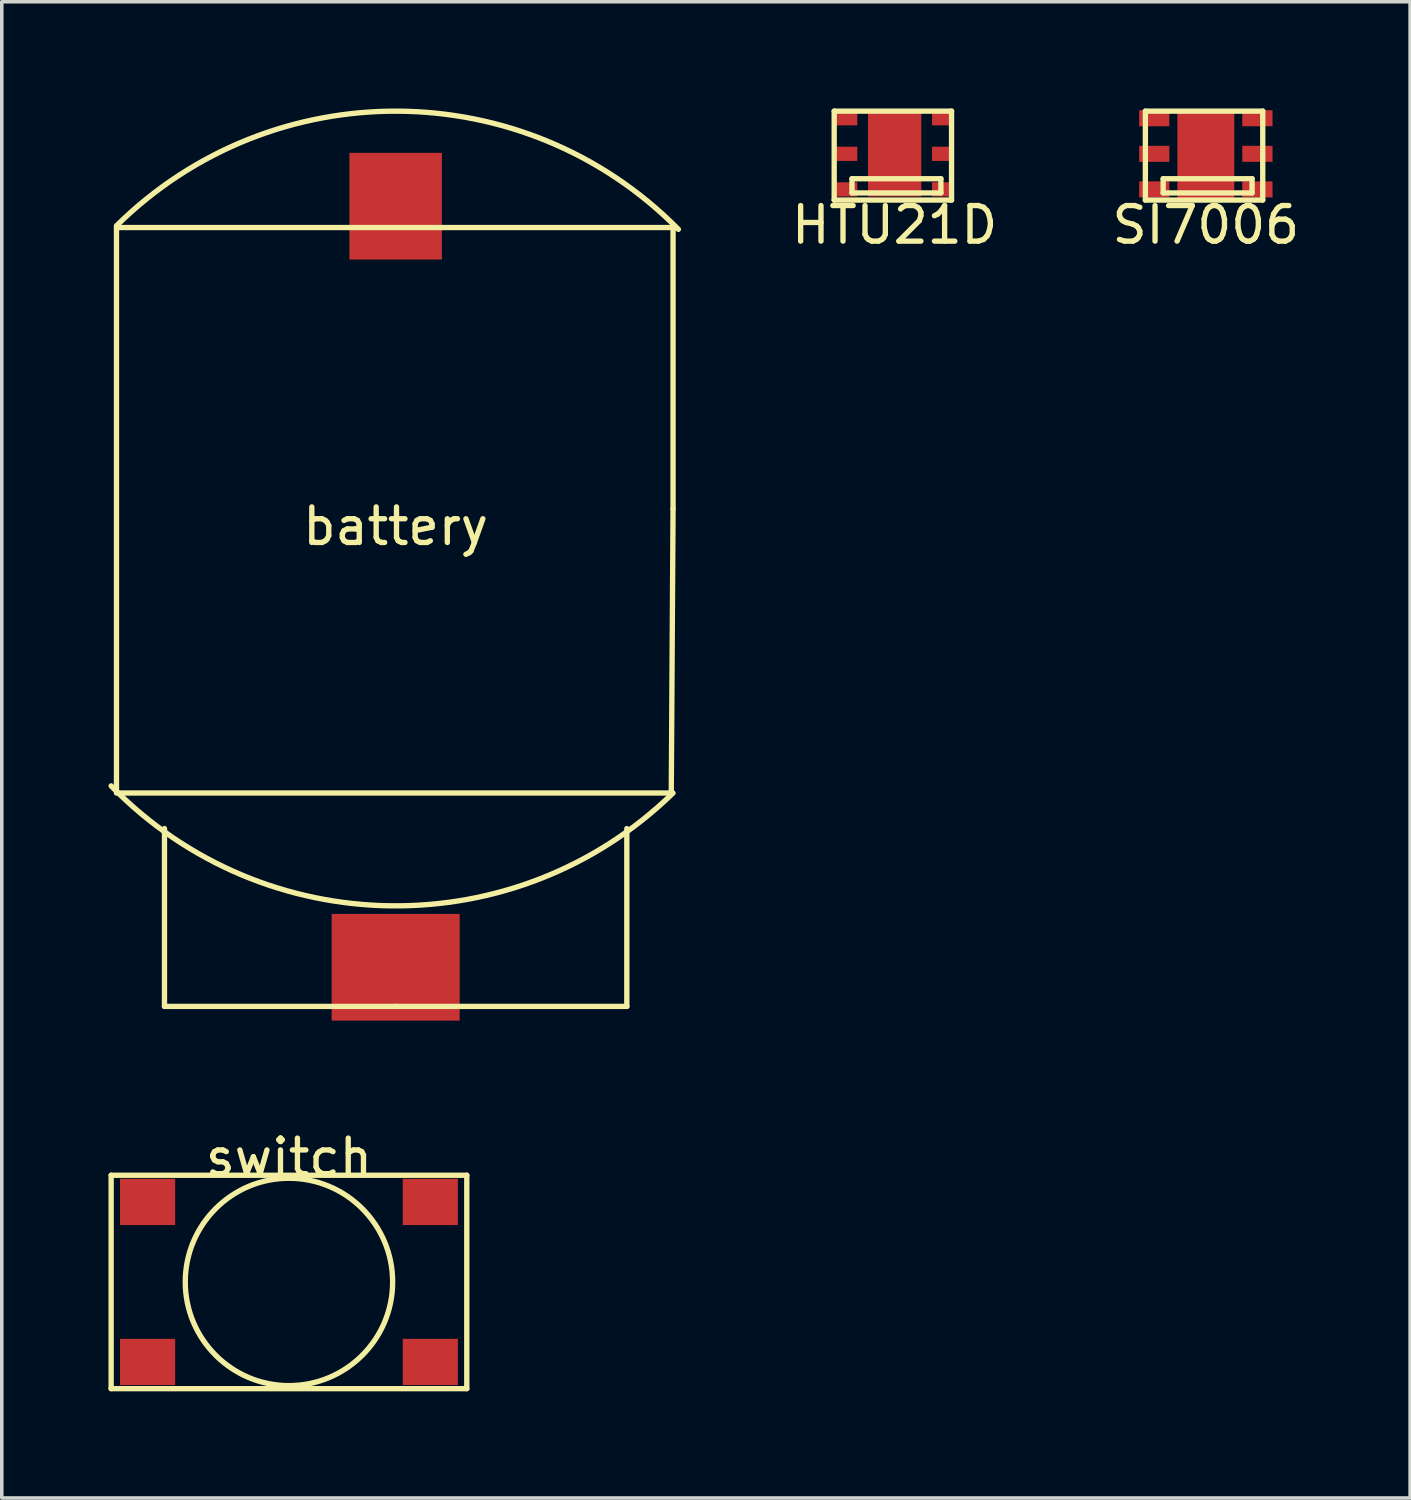
<source format=kicad_pcb>
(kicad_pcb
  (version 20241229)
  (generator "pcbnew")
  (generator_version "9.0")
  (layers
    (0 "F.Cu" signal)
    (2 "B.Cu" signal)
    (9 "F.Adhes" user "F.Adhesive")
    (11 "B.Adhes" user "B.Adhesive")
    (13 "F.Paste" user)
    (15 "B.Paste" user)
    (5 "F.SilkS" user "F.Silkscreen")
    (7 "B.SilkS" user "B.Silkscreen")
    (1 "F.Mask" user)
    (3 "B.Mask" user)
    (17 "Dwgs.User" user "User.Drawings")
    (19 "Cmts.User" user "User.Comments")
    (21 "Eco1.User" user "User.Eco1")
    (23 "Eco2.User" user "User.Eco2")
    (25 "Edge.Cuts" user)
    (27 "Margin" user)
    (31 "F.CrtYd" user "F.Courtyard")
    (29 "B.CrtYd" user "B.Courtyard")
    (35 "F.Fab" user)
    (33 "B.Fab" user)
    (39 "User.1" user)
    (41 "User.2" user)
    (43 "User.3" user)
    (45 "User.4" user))
  (footprint "SI7006"
    (layer "F.Cu")
    (at 30.856 1.275)
    (property "Reference" "SI7006" (at 0 2 0) (layer "F.SilkS") (effects (font (size 1 1) (thickness 0.15))))
    (attr through_hole)
    (fp_line (start -1.7 -1.2) (end 1.6 -1.2) (stroke (width 0.15) (type solid)) (layer "F.SilkS"))
    (fp_line (start -1.7 1.3) (end -1.7 -1.2) (stroke (width 0.15) (type solid)) (layer "F.SilkS"))
    (fp_line (start -1.2 0.7) (end 1.3 0.7) (stroke (width 0.15) (type solid)) (layer "F.SilkS"))
    (fp_line (start -1.2 1.1) (end -1.2 0.7) (stroke (width 0.15) (type solid)) (layer "F.SilkS"))
    (fp_line (start 1.3 0.7) (end 1.3 1.1) (stroke (width 0.15) (type solid)) (layer "F.SilkS"))
    (fp_line (start 1.3 1.1) (end -1.2 1.1) (stroke (width 0.15) (type solid)) (layer "F.SilkS"))
    (fp_line (start 1.6 -1.2) (end 1.6 1.3) (stroke (width 0.15) (type solid)) (layer "F.SilkS"))
    (fp_line (start 1.6 1.3) (end -1.7 1.3) (stroke (width 0.15) (type solid)) (layer "F.SilkS"))
    (pad "1" smd rect (at -1.45 -1) (size 0.85 0.45) (layers "F.Cu" "F.Mask" "F.Paste"))
    (pad "2" smd rect (at -1.45 0) (size 0.85 0.45) (layers "F.Cu" "F.Mask" "F.Paste"))
    (pad "3" smd rect (at -1.45 1) (size 0.85 0.45) (layers "F.Cu" "F.Mask" "F.Paste"))
    (pad "4" smd rect (at 1.45 1) (size 0.85 0.45) (layers "F.Cu" "F.Mask" "F.Paste"))
    (pad "5" smd rect (at 1.45 0) (size 0.85 0.45) (layers "F.Cu" "F.Mask" "F.Paste"))
    (pad "6" smd rect (at 1.45 -1) (size 0.85 0.45) (layers "F.Cu" "F.Mask" "F.Paste"))
    (pad "PAD" smd rect (at 0 0) (size 1.6 2.5) (layers "F.Cu" "F.Mask" "F.Paste")))
  (footprint "HTU21D"
    (layer "F.Cu")
    (at 22.106 1.275)
    (property "Reference" "HTU21D" (at 0 2 0) (layer "F.SilkS") (effects (font (size 1 1) (thickness 0.15))))
    (attr through_hole)
    (fp_line (start -1.7 -1.2) (end 1.6 -1.2) (stroke (width 0.15) (type solid)) (layer "F.SilkS"))
    (fp_line (start -1.7 1.3) (end -1.7 -1.2) (stroke (width 0.15) (type solid)) (layer "F.SilkS"))
    (fp_line (start -1.2 0.7) (end 1.3 0.7) (stroke (width 0.15) (type solid)) (layer "F.SilkS"))
    (fp_line (start -1.2 1.1) (end -1.2 0.7) (stroke (width 0.15) (type solid)) (layer "F.SilkS"))
    (fp_line (start 1.3 0.7) (end 1.3 1.1) (stroke (width 0.15) (type solid)) (layer "F.SilkS"))
    (fp_line (start 1.3 1.1) (end -1.2 1.1) (stroke (width 0.15) (type solid)) (layer "F.SilkS"))
    (fp_line (start 1.6 -1.2) (end 1.6 1.3) (stroke (width 0.15) (type solid)) (layer "F.SilkS"))
    (fp_line (start 1.6 1.3) (end -1.7 1.3) (stroke (width 0.15) (type solid)) (layer "F.SilkS"))
    (pad "1" smd rect (at -1.35 -1) (size 0.6 0.4) (layers "F.Cu" "F.Mask" "F.Paste"))
    (pad "2" smd rect (at -1.35 0) (size 0.6 0.4) (layers "F.Cu" "F.Mask" "F.Paste"))
    (pad "3" smd rect (at -1.35 1) (size 0.6 0.4) (layers "F.Cu" "F.Mask" "F.Paste"))
    (pad "4" smd rect (at 1.35 1) (size 0.6 0.4) (layers "F.Cu" "F.Mask" "F.Paste"))
    (pad "5" smd rect (at 1.35 0) (size 0.6 0.4) (layers "F.Cu" "F.Mask" "F.Paste"))
    (pad "6" smd rect (at 1.35 -1) (size 0.6 0.4) (layers "F.Cu" "F.Mask" "F.Paste"))
    (pad "PAD" smd rect (at 0 0) (size 1.5 2.4) (layers "F.Cu" "F.Mask" "F.Paste")))
  (footprint "switch"
    (layer "F.Cu")
    (at 5.075 32.996)
    (property "Reference" "switch" (at 0 -3.5 0) (layer "F.SilkS") (effects (font (size 1 1) (thickness 0.15))))
    (attr through_hole)
    (fp_line (start -5 -3) (end 5 -3) (stroke (width 0.15) (type solid)) (layer "F.SilkS"))
    (fp_line (start -5 3) (end -5 -3) (stroke (width 0.15) (type solid)) (layer "F.SilkS"))
    (fp_line (start 5 -3) (end 5 3) (stroke (width 0.15) (type solid)) (layer "F.SilkS"))
    (fp_line (start 5 3) (end -5 3) (stroke (width 0.15) (type solid)) (layer "F.SilkS"))
    (fp_circle (center 0 0) (end 2.5 -1.5) (stroke (width 0.15) (type solid)) (fill no) (layer "F.SilkS"))
    (pad "1" smd rect (at -3.975 -2.25) (size 1.55 1.3) (layers "F.Cu" "F.Mask" "F.Paste"))
    (pad "1" smd rect (at 3.975 -2.25) (size 1.55 1.3) (layers "F.Cu" "F.Mask" "F.Paste"))
    (pad "2" smd rect (at -3.975 2.25) (size 1.55 1.3) (layers "F.Cu" "F.Mask" "F.Paste"))
    (pad "2" smd rect (at 3.975 2.25) (size 1.55 1.3) (layers "F.Cu" "F.Mask" "F.Paste")))
  (footprint "battery"
    (layer "F.Cu")
    (at 8.075 11.248)
    (property "Reference" "battery" (at 0 0.5 0) (layer "F.SilkS") (effects (font (size 1 1) (thickness 0.15))))
    (attr through_hole)
    (fp_line (start -7.85 -7.9) (end -7.85 7.9) (stroke (width 0.15) (type solid)) (layer "F.SilkS"))
    (fp_line (start -6.5 14) (end -6.5 9) (stroke (width 0.15) (type solid)) (layer "F.SilkS"))
    (fp_line (start 0 14) (end -6.5 14) (stroke (width 0.15) (type solid)) (layer "F.SilkS"))
    (fp_line (start 0 14) (end 6.5 14) (stroke (width 0.15) (type solid)) (layer "F.SilkS"))
    (fp_line (start 6.5 14) (end 6.5 9) (stroke (width 0.15) (type solid)) (layer "F.SilkS"))
    (fp_line (start 7.75 8) (end -7.85 8) (stroke (width 0.15) (type solid)) (layer "F.SilkS"))
    (fp_line (start 7.8 -7.9) (end -7.85 -7.9) (stroke (width 0.15) (type solid)) (layer "F.SilkS"))
    (fp_line (start 7.8 0) (end 7.75 8) (stroke (width 0.15) (type solid)) (layer "F.SilkS"))
    (fp_line (start 7.8 0) (end 7.8 -7.9) (stroke (width 0.15) (type solid)) (layer "F.SilkS"))
    (fp_arc (start -7.85 -7.95) (mid 0.070711 -11.172287) (end 7.95 -7.85) (stroke (width 0.15) (type solid)) (layer "F.SilkS"))
    (fp_arc (start 7.8 8) (mid -0.141421 11.172287) (end -8 7.8) (stroke (width 0.15) (type solid)) (layer "F.SilkS"))
    (pad "1" smd rect (at 0 12.9) (size 3.6 3) (layers "F.Cu" "F.Mask" "F.Paste"))
    (pad "2" smd rect (at 0 -8.5) (size 2.6 3) (layers "F.Cu" "F.Mask" "F.Paste")))
  (gr_rect
    (start -3 -3)
    (end 36.6 39.071)
    (stroke (width 0.1) (type default))
    (fill no)
    (layer "Edge.Cuts")))
</source>
